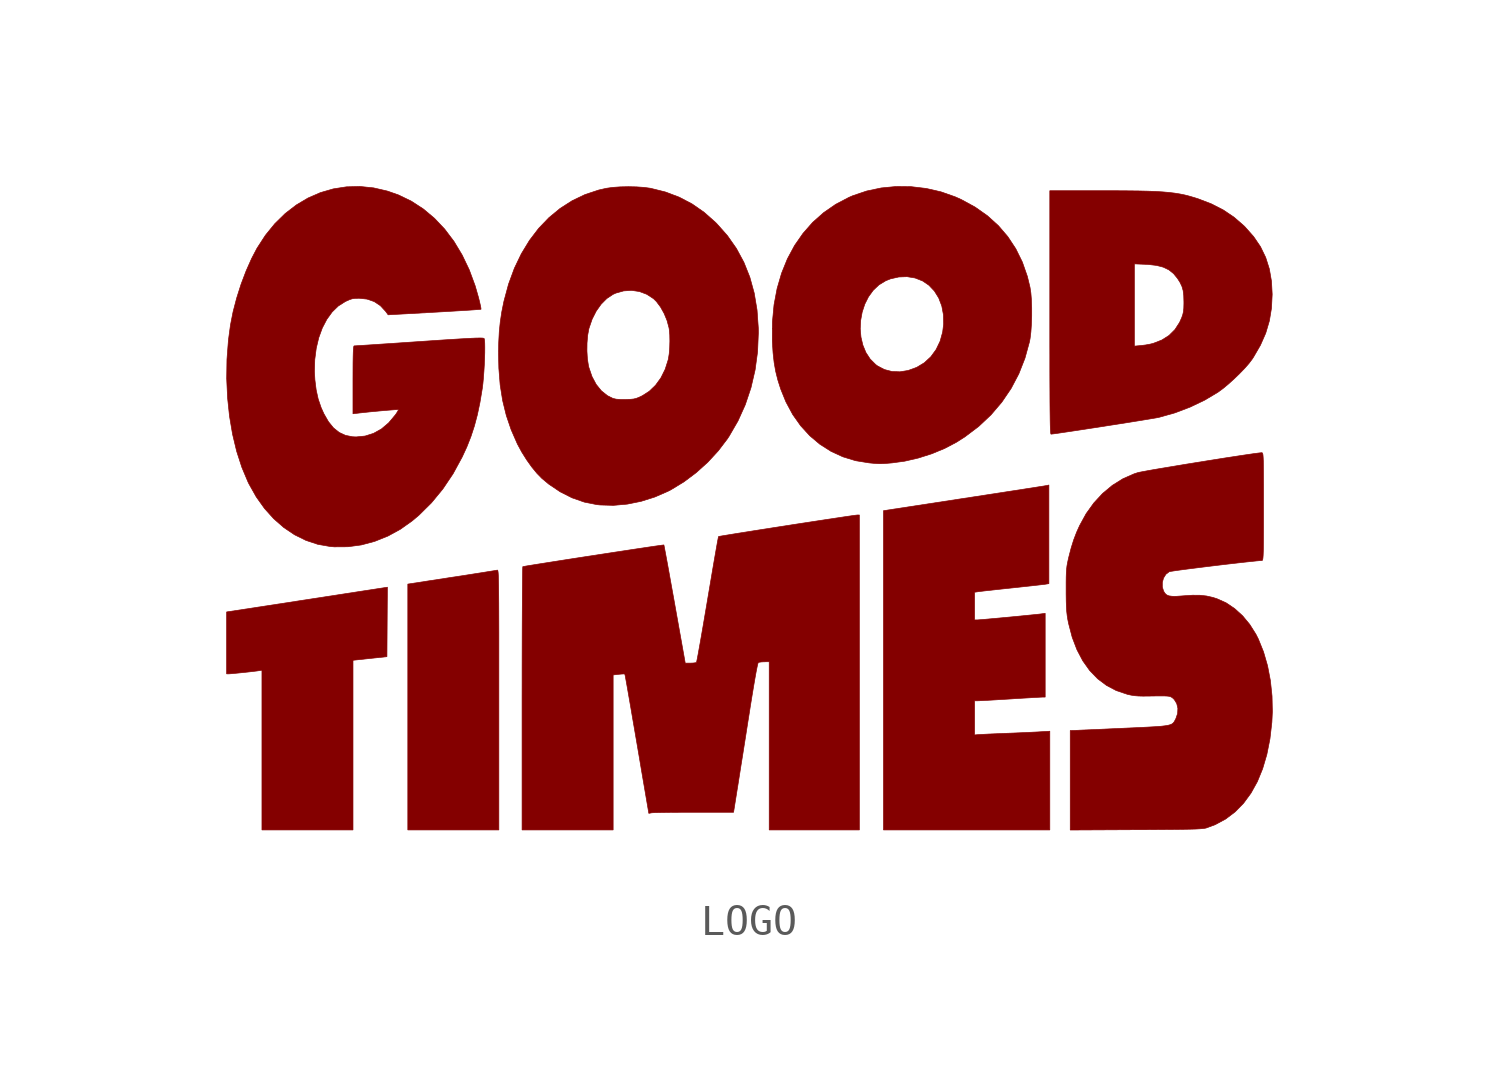
<source format=kicad_sym>
(kicad_symbol_lib
  (version 20210619)
  (generator bitmap2component)
  (symbol "LOGO"
    (pin_names
      (offset 1.016))
    (property "Reference" "#G"
      (at 0 10.748 0)
      (effects (font (size 1.27 1.27)) hide))
    (symbol "LOGO_0_0"
      (polyline (pts (xy -12.867 -4.644) (xy -12.314 -4.585) (xy -11.761 -4.526) (xy -11.754 -3.394) (xy -11.746 -2.263) (xy -11.844 -2.278) (xy -11.865 -2.282) (xy -11.944 -2.294) (xy -12.076 -2.314) (xy -12.255 -2.342) (xy -12.478 -2.376) (xy -12.739 -2.416) (xy -13.034 -2.462) (xy -13.359 -2.512) (xy -13.708 -2.566) (xy -14.078 -2.623) (xy -14.463 -2.682) (xy -16.984 -3.069) (xy -16.984 -5.086) (xy -16.907 -5.086) (xy -16.896 -5.086) (xy -16.824 -5.081) (xy -16.71 -5.07) (xy -16.568 -5.056) (xy -16.411 -5.04) (xy -16.253 -5.023) (xy -16.109 -5.006) (xy -15.992 -4.992) (xy -15.917 -4.981) (xy -15.833 -4.966) (xy -15.833 -10.172) (xy -12.867 -10.172) (xy -12.867 -4.644)) (stroke (width 0.01)) (fill (type outline)))
      (polyline (pts (xy -8.114 -5.672) (xy -8.114 -5.105) (xy -8.114 -4.595) (xy -8.114 -4.138) (xy -8.114 -3.732) (xy -8.115 -3.373) (xy -8.116 -3.059) (xy -8.117 -2.787) (xy -8.119 -2.553) (xy -8.121 -2.355) (xy -8.123 -2.19) (xy -8.126 -2.056) (xy -8.129 -1.948) (xy -8.132 -1.864) (xy -8.136 -1.802) (xy -8.141 -1.758) (xy -8.146 -1.729) (xy -8.152 -1.713) (xy -8.159 -1.706) (xy -8.166 -1.706) (xy -8.206 -1.714) (xy -8.3 -1.73) (xy -8.441 -1.752) (xy -8.624 -1.782) (xy -8.842 -1.816) (xy -9.09 -1.855) (xy -9.361 -1.897) (xy -9.65 -1.941) (xy -11.08 -2.161) (xy -11.08 -10.172) (xy -8.114 -10.172) (xy -8.114 -5.672)) (stroke (width 0.01)) (fill (type outline)))
      (polyline (pts (xy -4.39 -5.122) (xy -4.206 -5.101) (xy -4.121 -5.093) (xy -4.045 -5.089) (xy -4.01 -5.092) (xy -4.01 -5.094) (xy -4.004 -5.118) (xy -3.993 -5.17) (xy -3.978 -5.253) (xy -3.957 -5.369) (xy -3.93 -5.521) (xy -3.897 -5.71) (xy -3.857 -5.94) (xy -3.81 -6.212) (xy -3.756 -6.53) (xy -3.693 -6.895) (xy -3.622 -7.31) (xy -3.542 -7.778) (xy -3.454 -8.301) (xy -3.355 -8.88) (xy -3.227 -9.632) (xy -3.139 -9.615) (xy -3.12 -9.613) (xy -3.042 -9.609) (xy -2.914 -9.606) (xy -2.742 -9.603) (xy -2.534 -9.6) (xy -2.296 -9.598) (xy -2.035 -9.597) (xy -1.758 -9.597) (xy -0.466 -9.597) (xy -0.337 -8.787) (xy -0.335 -8.778) (xy -0.304 -8.581) (xy -0.265 -8.334) (xy -0.22 -8.047) (xy -0.169 -7.731) (xy -0.116 -7.394) (xy -0.061 -7.047) (xy -0.007 -6.699) (xy 0.047 -6.36) (xy 0.084 -6.122) (xy 0.142 -5.766) (xy 0.193 -5.459) (xy 0.237 -5.202) (xy 0.274 -4.998) (xy 0.304 -4.848) (xy 0.326 -4.754) (xy 0.34 -4.718) (xy 0.364 -4.709) (xy 0.439 -4.698) (xy 0.537 -4.693) (xy 0.696 -4.692) (xy 0.696 -10.172) (xy 3.633 -10.172) (xy 3.633 0.091) (xy 3.565 0.09) (xy 3.525 0.085) (xy 3.431 0.073) (xy 3.289 0.052) (xy 3.105 0.025) (xy 2.885 -0.008) (xy 2.635 -0.046) (xy 2.359 -0.088) (xy 2.064 -0.133) (xy 1.756 -0.18) (xy 1.439 -0.229) (xy 1.12 -0.279) (xy 0.804 -0.328) (xy 0.498 -0.376) (xy 0.206 -0.422) (xy -0.066 -0.465) (xy -0.312 -0.504) (xy -0.527 -0.539) (xy -0.704 -0.568) (xy -0.838 -0.59) (xy -0.924 -0.605) (xy -0.955 -0.612) (xy -0.958 -0.623) (xy -0.971 -0.687) (xy -0.993 -0.803) (xy -1.022 -0.966) (xy -1.058 -1.171) (xy -1.1 -1.413) (xy -1.147 -1.688) (xy -1.198 -1.99) (xy -1.253 -2.316) (xy -1.311 -2.658) (xy -1.344 -2.855) (xy -1.401 -3.189) (xy -1.454 -3.502) (xy -1.504 -3.79) (xy -1.549 -4.048) (xy -1.589 -4.271) (xy -1.622 -4.454) (xy -1.648 -4.592) (xy -1.666 -4.68) (xy -1.675 -4.713) (xy -1.7 -4.723) (xy -1.772 -4.733) (xy -1.869 -4.737) (xy -2.04 -4.738) (xy -2.156 -4.087) (xy -2.229 -3.68) (xy -2.325 -3.143) (xy -2.41 -2.665) (xy -2.486 -2.246) (xy -2.551 -1.883) (xy -2.606 -1.578) (xy -2.652 -1.329) (xy -2.688 -1.136) (xy -2.714 -0.998) (xy -2.73 -0.915) (xy -2.737 -0.886) (xy -2.741 -0.886) (xy -2.791 -0.892) (xy -2.893 -0.906) (xy -3.042 -0.927) (xy -3.232 -0.955) (xy -3.458 -0.989) (xy -3.713 -1.027) (xy -3.993 -1.07) (xy -4.292 -1.115) (xy -4.603 -1.163) (xy -4.923 -1.212) (xy -5.244 -1.261) (xy -5.561 -1.31) (xy -5.87 -1.358) (xy -6.163 -1.404) (xy -6.436 -1.447) (xy -6.683 -1.486) (xy -6.899 -1.52) (xy -7.077 -1.549) (xy -7.213 -1.571) (xy -7.3 -1.587) (xy -7.333 -1.593) (xy -7.335 -1.615) (xy -7.338 -1.693) (xy -7.341 -1.825) (xy -7.343 -2.009) (xy -7.345 -2.24) (xy -7.348 -2.515) (xy -7.349 -2.83) (xy -7.351 -3.183) (xy -7.353 -3.57) (xy -7.354 -3.987) (xy -7.355 -4.431) (xy -7.356 -4.898) (xy -7.356 -5.386) (xy -7.357 -5.89) (xy -7.357 -10.172) (xy -4.39 -10.172) (xy -4.39 -5.122)) (stroke (width 0.01)) (fill (type outline)))
      (polyline (pts (xy 9.839 -6.956) (xy 9.529 -6.974) (xy 9.456 -6.979) (xy 9.305 -6.986) (xy 9.114 -6.995) (xy 8.896 -7.005) (xy 8.664 -7.015) (xy 8.431 -7.024) (xy 8.251 -7.031) (xy 8.041 -7.04) (xy 7.853 -7.048) (xy 7.697 -7.056) (xy 7.581 -7.062) (xy 7.516 -7.066) (xy 7.387 -7.077) (xy 7.387 -5.964) (xy 7.5 -5.964) (xy 7.519 -5.963) (xy 7.601 -5.96) (xy 7.731 -5.953) (xy 7.901 -5.944) (xy 8.103 -5.932) (xy 8.328 -5.918) (xy 8.568 -5.904) (xy 8.68 -5.896) (xy 8.911 -5.882) (xy 9.122 -5.87) (xy 9.305 -5.859) (xy 9.452 -5.851) (xy 9.554 -5.845) (xy 9.604 -5.843) (xy 9.688 -5.843) (xy 9.688 -3.115) (xy 9.559 -3.132) (xy 9.554 -3.133) (xy 9.477 -3.142) (xy 9.353 -3.155) (xy 9.192 -3.171) (xy 9.002 -3.19) (xy 8.791 -3.211) (xy 8.57 -3.232) (xy 8.347 -3.253) (xy 8.131 -3.273) (xy 7.931 -3.291) (xy 7.755 -3.307) (xy 7.612 -3.319) (xy 7.513 -3.327) (xy 7.464 -3.33) (xy 7.387 -3.33) (xy 7.387 -2.427) (xy 7.5 -2.41) (xy 7.528 -2.406) (xy 7.618 -2.395) (xy 7.755 -2.379) (xy 7.931 -2.36) (xy 8.138 -2.337) (xy 8.368 -2.312) (xy 8.613 -2.286) (xy 8.765 -2.27) (xy 9.001 -2.244) (xy 9.215 -2.221) (xy 9.402 -2.2) (xy 9.552 -2.183) (xy 9.657 -2.171) (xy 9.71 -2.163) (xy 9.809 -2.147) (xy 9.809 1.066) (xy 9.741 1.051) (xy 9.71 1.046) (xy 9.623 1.031) (xy 9.485 1.01) (xy 9.299 0.98) (xy 9.07 0.945) (xy 8.803 0.903) (xy 8.502 0.857) (xy 8.171 0.806) (xy 7.815 0.751) (xy 7.439 0.693) (xy 7.046 0.633) (xy 4.42 0.231) (xy 4.42 -10.172) (xy 9.839 -10.172) (xy 9.839 -6.956)) (stroke (width 0.01)) (fill (type outline)))
      (polyline (pts (xy 12.647 -10.164) (xy 12.74 -10.164) (xy 13.149 -10.162) (xy 13.503 -10.159) (xy 13.805 -10.157) (xy 14.061 -10.154) (xy 14.274 -10.151) (xy 14.45 -10.147) (xy 14.591 -10.143) (xy 14.703 -10.137) (xy 14.79 -10.131) (xy 14.856 -10.124) (xy 14.905 -10.116) (xy 14.942 -10.107) (xy 15.229 -10) (xy 15.569 -9.817) (xy 15.877 -9.584) (xy 16.152 -9.303) (xy 16.394 -8.973) (xy 16.602 -8.598) (xy 16.774 -8.178) (xy 16.911 -7.714) (xy 17.012 -7.207) (xy 17.075 -6.66) (xy 17.091 -6.32) (xy 17.08 -5.809) (xy 17.027 -5.307) (xy 16.934 -4.822) (xy 16.802 -4.367) (xy 16.634 -3.951) (xy 16.555 -3.795) (xy 16.353 -3.475) (xy 16.12 -3.194) (xy 15.86 -2.958) (xy 15.58 -2.77) (xy 15.284 -2.638) (xy 15.149 -2.595) (xy 14.945 -2.549) (xy 14.732 -2.526) (xy 14.495 -2.524) (xy 14.216 -2.542) (xy 14.152 -2.547) (xy 13.963 -2.56) (xy 13.823 -2.559) (xy 13.72 -2.545) (xy 13.647 -2.514) (xy 13.592 -2.463) (xy 13.548 -2.393) (xy 13.505 -2.257) (xy 13.505 -2.107) (xy 13.545 -1.963) (xy 13.621 -1.842) (xy 13.729 -1.759) (xy 13.734 -1.757) (xy 13.789 -1.746) (xy 13.895 -1.73) (xy 14.046 -1.708) (xy 14.233 -1.683) (xy 14.45 -1.655) (xy 14.69 -1.625) (xy 14.945 -1.593) (xy 15.209 -1.561) (xy 15.473 -1.529) (xy 15.731 -1.499) (xy 15.976 -1.471) (xy 16.2 -1.446) (xy 16.397 -1.425) (xy 16.559 -1.408) (xy 16.679 -1.397) (xy 16.749 -1.393) (xy 16.754 -1.393) (xy 16.764 -1.387) (xy 16.773 -1.371) (xy 16.78 -1.34) (xy 16.786 -1.29) (xy 16.791 -1.215) (xy 16.795 -1.112) (xy 16.798 -0.976) (xy 16.8 -0.802) (xy 16.801 -0.585) (xy 16.802 -0.322) (xy 16.802 -0.007) (xy 16.802 0.363) (xy 16.802 0.79) (xy 16.802 1.095) (xy 16.801 1.349) (xy 16.8 1.558) (xy 16.798 1.724) (xy 16.796 1.855) (xy 16.792 1.952) (xy 16.787 2.022) (xy 16.781 2.07) (xy 16.773 2.098) (xy 16.764 2.113) (xy 16.753 2.118) (xy 16.74 2.119) (xy 16.708 2.117) (xy 16.614 2.106) (xy 16.471 2.087) (xy 16.285 2.06) (xy 16.063 2.027) (xy 15.81 1.988) (xy 15.534 1.946) (xy 15.241 1.899) (xy 14.937 1.851) (xy 14.628 1.801) (xy 14.322 1.752) (xy 14.023 1.702) (xy 13.739 1.655) (xy 13.476 1.611) (xy 13.24 1.571) (xy 13.038 1.535) (xy 12.877 1.505) (xy 12.761 1.483) (xy 12.699 1.468) (xy 12.583 1.43) (xy 12.22 1.27) (xy 11.877 1.056) (xy 11.561 0.793) (xy 11.275 0.484) (xy 11.023 0.133) (xy 10.809 -0.257) (xy 10.713 -0.471) (xy 10.617 -0.721) (xy 10.534 -0.986) (xy 10.456 -1.288) (xy 10.44 -1.357) (xy 10.416 -1.469) (xy 10.398 -1.57) (xy 10.386 -1.673) (xy 10.378 -1.788) (xy 10.373 -1.928) (xy 10.371 -2.105) (xy 10.371 -2.331) (xy 10.371 -2.491) (xy 10.374 -2.717) (xy 10.38 -2.901) (xy 10.39 -3.054) (xy 10.405 -3.188) (xy 10.425 -3.315) (xy 10.452 -3.448) (xy 10.569 -3.896) (xy 10.724 -4.301) (xy 10.914 -4.662) (xy 11.139 -4.978) (xy 11.398 -5.246) (xy 11.689 -5.465) (xy 12.01 -5.634) (xy 12.361 -5.751) (xy 12.366 -5.753) (xy 12.489 -5.78) (xy 12.603 -5.798) (xy 12.727 -5.808) (xy 12.878 -5.812) (xy 13.072 -5.81) (xy 13.268 -5.807) (xy 13.44 -5.806) (xy 13.567 -5.806) (xy 13.659 -5.81) (xy 13.722 -5.817) (xy 13.767 -5.828) (xy 13.8 -5.844) (xy 13.832 -5.865) (xy 13.895 -5.923) (xy 13.975 -6.054) (xy 14.012 -6.209) (xy 14.004 -6.376) (xy 13.949 -6.539) (xy 13.938 -6.56) (xy 13.912 -6.611) (xy 13.887 -6.654) (xy 13.858 -6.689) (xy 13.819 -6.719) (xy 13.765 -6.743) (xy 13.691 -6.763) (xy 13.593 -6.779) (xy 13.464 -6.794) (xy 13.301 -6.806) (xy 13.097 -6.818) (xy 12.848 -6.831) (xy 12.549 -6.845) (xy 12.194 -6.861) (xy 12.135 -6.864) (xy 11.837 -6.877) (xy 11.557 -6.89) (xy 11.3 -6.901) (xy 11.074 -6.911) (xy 10.883 -6.919) (xy 10.735 -6.926) (xy 10.634 -6.93) (xy 10.588 -6.931) (xy 10.505 -6.933) (xy 10.505 -10.175) (xy 12.647 -10.164)) (stroke (width 0.01)) (fill (type outline)))
      (polyline (pts (xy -13.034 -0.945) (xy -12.592 -0.885) (xy -12.156 -0.768) (xy -11.731 -0.598) (xy -11.323 -0.375) (xy -10.937 -0.101) (xy -10.716 0.085) (xy -10.309 0.488) (xy -9.939 0.938) (xy -9.605 1.435) (xy -9.31 1.977) (xy -9.157 2.308) (xy -9.024 2.645) (xy -8.911 2.99) (xy -8.814 3.355) (xy -8.73 3.754) (xy -8.656 4.2) (xy -8.653 4.218) (xy -8.633 4.377) (xy -8.616 4.562) (xy -8.601 4.764) (xy -8.588 4.974) (xy -8.579 5.181) (xy -8.573 5.375) (xy -8.572 5.548) (xy -8.574 5.69) (xy -8.581 5.79) (xy -8.593 5.84) (xy -8.594 5.841) (xy -8.607 5.848) (xy -8.637 5.854) (xy -8.687 5.857) (xy -8.761 5.857) (xy -8.864 5.855) (xy -8.998 5.849) (xy -9.169 5.84) (xy -9.38 5.828) (xy -9.635 5.812) (xy -9.938 5.793) (xy -10.294 5.769) (xy -10.707 5.741) (xy -10.93 5.726) (xy -11.269 5.703) (xy -11.588 5.681) (xy -11.882 5.662) (xy -12.145 5.644) (xy -12.373 5.629) (xy -12.56 5.617) (xy -12.702 5.608) (xy -12.793 5.602) (xy -12.829 5.6) (xy -12.838 5.591) (xy -12.846 5.555) (xy -12.853 5.486) (xy -12.858 5.38) (xy -12.862 5.233) (xy -12.865 5.04) (xy -12.866 4.795) (xy -12.867 4.495) (xy -12.867 3.389) (xy -12.723 3.406) (xy -12.63 3.417) (xy -12.48 3.433) (xy -12.309 3.451) (xy -12.128 3.468) (xy -11.947 3.485) (xy -11.775 3.5) (xy -11.623 3.512) (xy -11.501 3.521) (xy -11.419 3.526) (xy -11.387 3.526) (xy -11.388 3.513) (xy -11.413 3.462) (xy -11.46 3.389) (xy -11.489 3.349) (xy -11.704 3.093) (xy -11.94 2.893) (xy -12.197 2.75) (xy -12.471 2.663) (xy -12.763 2.634) (xy -12.878 2.639) (xy -13.11 2.684) (xy -13.317 2.78) (xy -13.502 2.928) (xy -13.667 3.131) (xy -13.816 3.391) (xy -13.907 3.593) (xy -14.001 3.869) (xy -14.066 4.163) (xy -14.108 4.495) (xy -14.123 4.768) (xy -14.112 5.155) (xy -14.064 5.523) (xy -13.982 5.868) (xy -13.867 6.183) (xy -13.721 6.463) (xy -13.547 6.704) (xy -13.348 6.898) (xy -13.123 7.042) (xy -13.1 7.053) (xy -12.984 7.106) (xy -12.89 7.136) (xy -12.792 7.149) (xy -12.664 7.152) (xy -12.41 7.125) (xy -12.178 7.045) (xy -11.976 6.912) (xy -11.806 6.729) (xy -11.721 6.613) (xy -10.215 6.697) (xy -10.158 6.7) (xy -9.865 6.717) (xy -9.592 6.733) (xy -9.345 6.748) (xy -9.129 6.761) (xy -8.95 6.773) (xy -8.815 6.783) (xy -8.728 6.79) (xy -8.696 6.795) (xy -8.695 6.795) (xy -8.698 6.832) (xy -8.714 6.915) (xy -8.741 7.032) (xy -8.775 7.171) (xy -8.886 7.558) (xy -9.078 8.078) (xy -9.309 8.561) (xy -9.575 9.003) (xy -9.876 9.402) (xy -10.209 9.755) (xy -10.573 10.061) (xy -10.965 10.316) (xy -11.383 10.518) (xy -11.745 10.645) (xy -12.194 10.749) (xy -12.641 10.795) (xy -13.081 10.783) (xy -13.511 10.716) (xy -13.93 10.594) (xy -14.332 10.419) (xy -14.715 10.191) (xy -15.076 9.913) (xy -15.412 9.584) (xy -15.719 9.207) (xy -15.994 8.783) (xy -16.169 8.449) (xy -16.349 8.044) (xy -16.514 7.609) (xy -16.657 7.159) (xy -16.774 6.711) (xy -16.859 6.279) (xy -16.925 5.789) (xy -16.973 5.164) (xy -16.982 4.537) (xy -16.954 3.916) (xy -16.89 3.309) (xy -16.791 2.723) (xy -16.657 2.165) (xy -16.488 1.643) (xy -16.287 1.165) (xy -16.255 1.1) (xy -16.018 0.679) (xy -15.748 0.3) (xy -15.448 -0.033) (xy -15.122 -0.318) (xy -14.771 -0.554) (xy -14.4 -0.737) (xy -14.012 -0.866) (xy -13.608 -0.937) (xy -13.474 -0.948) (xy -13.034 -0.945)) (stroke (width 0.01)) (fill (type outline)))
      (polyline (pts (xy -3.932 0.444) (xy -3.48 0.535) (xy -3.034 0.675) (xy -2.604 0.862) (xy -2.497 0.918) (xy -2.083 1.17) (xy -1.682 1.471) (xy -1.305 1.811) (xy -0.964 2.181) (xy -0.668 2.57) (xy -0.61 2.658) (xy -0.322 3.155) (xy -0.084 3.683) (xy 0.102 4.238) (xy 0.236 4.816) (xy 0.317 5.413) (xy 0.342 6.024) (xy 0.34 6.189) (xy 0.299 6.771) (xy 0.207 7.321) (xy 0.065 7.837) (xy -0.128 8.321) (xy -0.372 8.773) (xy -0.667 9.194) (xy -1.014 9.585) (xy -1.054 9.625) (xy -1.426 9.954) (xy -1.819 10.227) (xy -2.237 10.446) (xy -2.685 10.615) (xy -3.167 10.735) (xy -3.176 10.737) (xy -3.383 10.765) (xy -3.63 10.782) (xy -3.895 10.788) (xy -4.159 10.782) (xy -4.404 10.765) (xy -4.608 10.736) (xy -4.857 10.68) (xy -5.304 10.532) (xy -5.725 10.331) (xy -6.118 10.079) (xy -6.483 9.778) (xy -6.816 9.431) (xy -7.115 9.039) (xy -7.38 8.604) (xy -7.608 8.129) (xy -7.797 7.615) (xy -7.946 7.064) (xy -7.952 7.037) (xy -8.019 6.705) (xy -8.067 6.386) (xy -8.1 6.063) (xy -8.118 5.716) (xy -8.123 5.433) (xy -5.244 5.433) (xy -5.241 5.696) (xy -5.22 5.945) (xy -5.18 6.161) (xy -5.173 6.184) (xy -5.074 6.472) (xy -4.941 6.734) (xy -4.78 6.96) (xy -4.597 7.144) (xy -4.398 7.277) (xy -4.3 7.321) (xy -4.047 7.392) (xy -3.789 7.409) (xy -3.534 7.372) (xy -3.294 7.282) (xy -3.076 7.14) (xy -2.979 7.045) (xy -2.846 6.868) (xy -2.728 6.657) (xy -2.633 6.426) (xy -2.57 6.192) (xy -2.561 6.139) (xy -2.545 5.963) (xy -2.541 5.757) (xy -2.547 5.542) (xy -2.563 5.341) (xy -2.589 5.176) (xy -2.597 5.143) (xy -2.695 4.836) (xy -2.833 4.559) (xy -3.007 4.319) (xy -3.212 4.122) (xy -3.444 3.974) (xy -3.55 3.924) (xy -3.639 3.889) (xy -3.727 3.869) (xy -3.833 3.859) (xy -3.978 3.853) (xy -4.134 3.853) (xy -4.29 3.864) (xy -4.397 3.889) (xy -4.578 3.979) (xy -4.775 4.138) (xy -4.943 4.346) (xy -5.079 4.601) (xy -5.181 4.899) (xy -5.194 4.955) (xy -5.229 5.179) (xy -5.244 5.433) (xy -8.123 5.433) (xy -8.124 5.328) (xy -8.114 4.871) (xy -8.071 4.327) (xy -7.99 3.818) (xy -7.871 3.334) (xy -7.712 2.866) (xy -7.51 2.405) (xy -7.498 2.382) (xy -7.364 2.135) (xy -7.208 1.887) (xy -7.041 1.653) (xy -6.873 1.448) (xy -6.714 1.285) (xy -6.485 1.094) (xy -6.117 0.846) (xy -5.73 0.65) (xy -5.329 0.51) (xy -4.92 0.428) (xy -4.815 0.417) (xy -4.38 0.404) (xy -3.932 0.444)) (stroke (width 0.01)) (fill (type outline)))
      (polyline (pts (xy 4.418 1.765) (xy 4.54 1.774) (xy 4.703 1.788) (xy 5.112 1.844) (xy 5.555 1.946) (xy 5.995 2.086) (xy 6.413 2.259) (xy 6.792 2.458) (xy 7.08 2.642) (xy 7.526 2.98) (xy 7.925 3.356) (xy 8.276 3.768) (xy 8.578 4.213) (xy 8.83 4.692) (xy 9.03 5.201) (xy 9.178 5.74) (xy 9.197 5.845) (xy 9.223 6.059) (xy 9.24 6.307) (xy 9.249 6.574) (xy 9.249 6.842) (xy 9.24 7.098) (xy 9.222 7.325) (xy 9.194 7.508) (xy 9.108 7.863) (xy 8.944 8.332) (xy 8.731 8.764) (xy 8.47 9.16) (xy 8.162 9.519) (xy 7.806 9.841) (xy 7.402 10.125) (xy 6.952 10.37) (xy 6.755 10.458) (xy 6.293 10.62) (xy 5.814 10.73) (xy 5.324 10.788) (xy 4.833 10.794) (xy 4.347 10.747) (xy 3.875 10.648) (xy 3.424 10.496) (xy 3.29 10.438) (xy 2.861 10.213) (xy 2.468 9.941) (xy 2.113 9.626) (xy 1.798 9.268) (xy 1.522 8.871) (xy 1.289 8.438) (xy 1.099 7.969) (xy 0.953 7.469) (xy 0.853 6.939) (xy 0.801 6.382) (xy 0.799 6.156) (xy 3.662 6.156) (xy 3.676 6.431) (xy 3.725 6.701) (xy 3.81 6.96) (xy 3.93 7.199) (xy 4.084 7.411) (xy 4.271 7.588) (xy 4.491 7.722) (xy 4.645 7.784) (xy 4.916 7.846) (xy 5.188 7.856) (xy 5.452 7.812) (xy 5.697 7.715) (xy 5.898 7.578) (xy 6.078 7.389) (xy 6.219 7.162) (xy 6.319 6.902) (xy 6.373 6.615) (xy 6.379 6.31) (xy 6.348 6.053) (xy 6.264 5.751) (xy 6.134 5.481) (xy 5.962 5.246) (xy 5.751 5.051) (xy 5.503 4.901) (xy 5.223 4.799) (xy 4.956 4.756) (xy 4.693 4.766) (xy 4.448 4.83) (xy 4.227 4.946) (xy 4.164 4.993) (xy 3.985 5.172) (xy 3.846 5.385) (xy 3.747 5.626) (xy 3.686 5.885) (xy 3.662 6.156) (xy 0.799 6.156) (xy 0.797 5.799) (xy 0.799 5.732) (xy 0.821 5.376) (xy 0.856 5.06) (xy 0.907 4.769) (xy 0.978 4.485) (xy 1.071 4.193) (xy 1.24 3.776) (xy 1.461 3.365) (xy 1.721 2.997) (xy 2.017 2.673) (xy 2.347 2.395) (xy 2.708 2.165) (xy 3.097 1.986) (xy 3.512 1.859) (xy 3.951 1.788) (xy 3.981 1.785) (xy 4.12 1.772) (xy 4.227 1.764) (xy 4.32 1.762) (xy 4.418 1.765)) (stroke (width 0.01)) (fill (type outline)))
      (polyline (pts (xy 9.895 2.726) (xy 9.97 2.735) (xy 10.094 2.752) (xy 10.261 2.777) (xy 10.465 2.807) (xy 10.698 2.842) (xy 10.954 2.881) (xy 11.226 2.923) (xy 11.508 2.966) (xy 11.793 3.011) (xy 12.074 3.055) (xy 12.345 3.097) (xy 12.598 3.138) (xy 12.828 3.175) (xy 13.027 3.208) (xy 13.189 3.235) (xy 13.308 3.255) (xy 13.376 3.268) (xy 13.418 3.278) (xy 13.916 3.418) (xy 14.411 3.606) (xy 14.884 3.832) (xy 15.319 4.091) (xy 15.326 4.096) (xy 15.482 4.211) (xy 15.658 4.357) (xy 15.841 4.522) (xy 16.022 4.697) (xy 16.188 4.869) (xy 16.327 5.027) (xy 16.429 5.162) (xy 16.474 5.23) (xy 16.702 5.623) (xy 16.875 6.016) (xy 16.994 6.417) (xy 17.063 6.835) (xy 17.085 7.281) (xy 17.063 7.701) (xy 16.993 8.106) (xy 16.874 8.481) (xy 16.704 8.832) (xy 16.479 9.163) (xy 16.198 9.48) (xy 16.165 9.513) (xy 15.845 9.791) (xy 15.494 10.028) (xy 15.104 10.228) (xy 14.668 10.395) (xy 14.54 10.435) (xy 14.386 10.48) (xy 14.233 10.519) (xy 14.076 10.551) (xy 13.908 10.578) (xy 13.725 10.6) (xy 13.52 10.618) (xy 13.289 10.632) (xy 13.025 10.642) (xy 12.723 10.649) (xy 12.377 10.653) (xy 11.981 10.656) (xy 11.531 10.656) (xy 9.839 10.656) (xy 9.839 6.691) (xy 9.839 6.343) (xy 9.839 5.789) (xy 9.839 5.592) (xy 12.594 5.592) (xy 12.594 8.273) (xy 12.965 8.258) (xy 13.055 8.253) (xy 13.32 8.222) (xy 13.538 8.165) (xy 13.719 8.078) (xy 13.87 7.957) (xy 13.999 7.8) (xy 14.083 7.668) (xy 14.145 7.537) (xy 14.184 7.401) (xy 14.203 7.241) (xy 14.209 7.039) (xy 14.209 6.974) (xy 14.205 6.828) (xy 14.194 6.716) (xy 14.172 6.621) (xy 14.139 6.524) (xy 14.067 6.364) (xy 13.915 6.13) (xy 13.722 5.939) (xy 13.486 5.79) (xy 13.205 5.681) (xy 13.101 5.656) (xy 12.959 5.63) (xy 12.819 5.613) (xy 12.594 5.592) (xy 9.839 5.592) (xy 9.84 5.291) (xy 9.84 4.847) (xy 9.841 4.454) (xy 9.843 4.109) (xy 9.844 3.81) (xy 9.846 3.553) (xy 9.849 3.337) (xy 9.851 3.159) (xy 9.854 3.015) (xy 9.858 2.903) (xy 9.862 2.821) (xy 9.867 2.766) (xy 9.872 2.735) (xy 9.878 2.725) (xy 9.895 2.726)) (stroke (width 0.01)) (fill (type outline))))))
</source>
